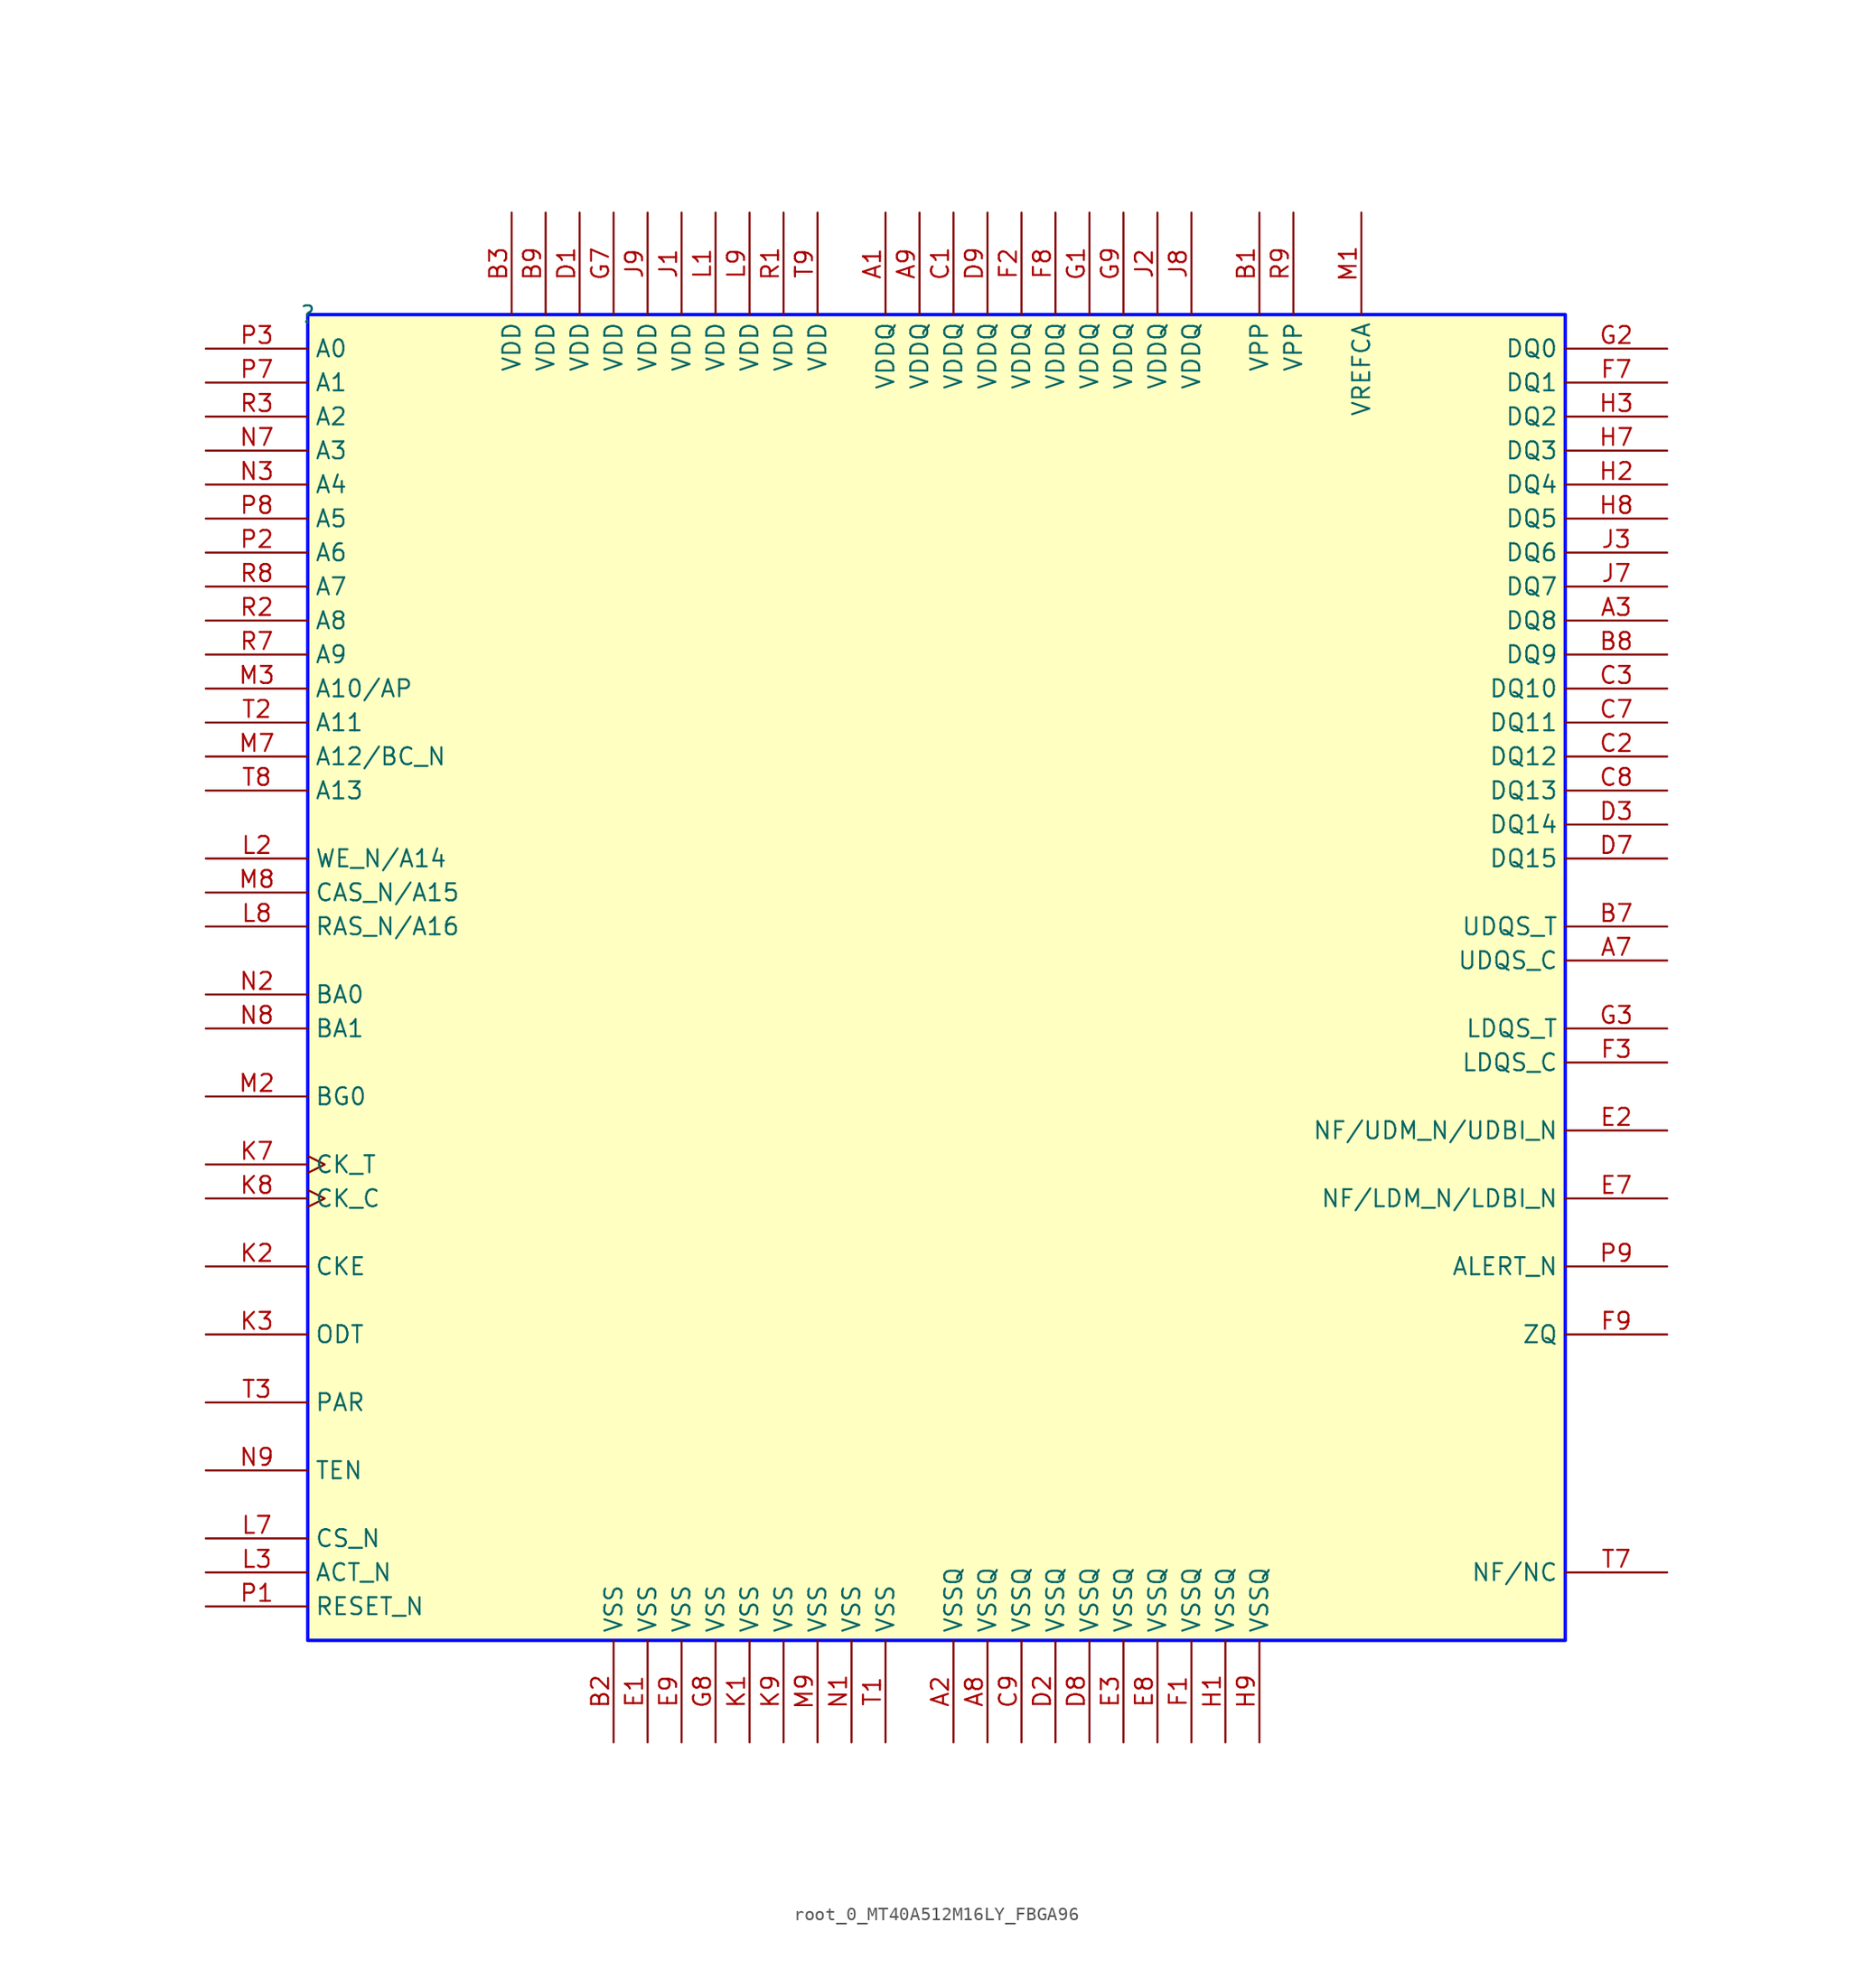
<source format=kicad_sym>
(kicad_symbol_lib
  (version 20231120)
  (generator "kicad_symbol_editor")
  (generator_version "8.0")
  (symbol "root_0_MT40A512M16LY_FBGA96"
    (property "Reference" ""
      (at 0 0 0)
      (effects (font (size 1.27 1.27))))
    (property "Value" ""
      (at 0 0 0)
      (effects (font (size 1.27 1.27))))
    (symbol "root_0_MT40A512M16LY_FBGA96_1_0"
      (rectangle (start 93.98 0) (end 0 -99.06) (stroke (width 0.254) (type solid) (color 0 11 255 1)) (fill (type background)))
      (pin power_in line (at 43.18 7.62 270) (length 7.62) (name "VDDQ" (effects (font (size 1.27 1.27)))) (number "A1" (effects (font (size 1.27 1.27)))))
      (pin power_in line (at 48.26 -106.68 90) (length 7.62) (name "VSSQ" (effects (font (size 1.27 1.27)))) (number "A2" (effects (font (size 1.27 1.27)))))
      (pin bidirectional line (at 101.6 -22.86 180) (length 7.62) (name "DQ8" (effects (font (size 1.27 1.27)))) (number "A3" (effects (font (size 1.27 1.27)))))
      (pin passive line (at 101.6 -48.26 180) (length 7.62) (name "UDQS_C" (effects (font (size 1.27 1.27)))) (number "A7" (effects (font (size 1.27 1.27)))))
      (pin power_in line (at 50.8 -106.68 90) (length 7.62) (name "VSSQ" (effects (font (size 1.27 1.27)))) (number "A8" (effects (font (size 1.27 1.27)))))
      (pin power_in line (at 45.72 7.62 270) (length 7.62) (name "VDDQ" (effects (font (size 1.27 1.27)))) (number "A9" (effects (font (size 1.27 1.27)))))
      (pin power_in line (at 71.12 7.62 270) (length 7.62) (name "VPP" (effects (font (size 1.27 1.27)))) (number "B1" (effects (font (size 1.27 1.27)))))
      (pin power_in line (at 22.86 -106.68 90) (length 7.62) (name "VSS" (effects (font (size 1.27 1.27)))) (number "B2" (effects (font (size 1.27 1.27)))))
      (pin power_in line (at 15.24 7.62 270) (length 7.62) (name "VDD" (effects (font (size 1.27 1.27)))) (number "B3" (effects (font (size 1.27 1.27)))))
      (pin passive line (at 101.6 -45.72 180) (length 7.62) (name "UDQS_T" (effects (font (size 1.27 1.27)))) (number "B7" (effects (font (size 1.27 1.27)))))
      (pin bidirectional line (at 101.6 -25.4 180) (length 7.62) (name "DQ9" (effects (font (size 1.27 1.27)))) (number "B8" (effects (font (size 1.27 1.27)))))
      (pin power_in line (at 17.78 7.62 270) (length 7.62) (name "VDD" (effects (font (size 1.27 1.27)))) (number "B9" (effects (font (size 1.27 1.27)))))
      (pin power_in line (at 48.26 7.62 270) (length 7.62) (name "VDDQ" (effects (font (size 1.27 1.27)))) (number "C1" (effects (font (size 1.27 1.27)))))
      (pin bidirectional line (at 101.6 -33.02 180) (length 7.62) (name "DQ12" (effects (font (size 1.27 1.27)))) (number "C2" (effects (font (size 1.27 1.27)))))
      (pin bidirectional line (at 101.6 -27.94 180) (length 7.62) (name "DQ10" (effects (font (size 1.27 1.27)))) (number "C3" (effects (font (size 1.27 1.27)))))
      (pin bidirectional line (at 101.6 -30.48 180) (length 7.62) (name "DQ11" (effects (font (size 1.27 1.27)))) (number "C7" (effects (font (size 1.27 1.27)))))
      (pin bidirectional line (at 101.6 -35.56 180) (length 7.62) (name "DQ13" (effects (font (size 1.27 1.27)))) (number "C8" (effects (font (size 1.27 1.27)))))
      (pin power_in line (at 53.34 -106.68 90) (length 7.62) (name "VSSQ" (effects (font (size 1.27 1.27)))) (number "C9" (effects (font (size 1.27 1.27)))))
      (pin power_in line (at 20.32 7.62 270) (length 7.62) (name "VDD" (effects (font (size 1.27 1.27)))) (number "D1" (effects (font (size 1.27 1.27)))))
      (pin power_in line (at 55.88 -106.68 90) (length 7.62) (name "VSSQ" (effects (font (size 1.27 1.27)))) (number "D2" (effects (font (size 1.27 1.27)))))
      (pin bidirectional line (at 101.6 -38.1 180) (length 7.62) (name "DQ14" (effects (font (size 1.27 1.27)))) (number "D3" (effects (font (size 1.27 1.27)))))
      (pin bidirectional line (at 101.6 -40.64 180) (length 7.62) (name "DQ15" (effects (font (size 1.27 1.27)))) (number "D7" (effects (font (size 1.27 1.27)))))
      (pin power_in line (at 58.42 -106.68 90) (length 7.62) (name "VSSQ" (effects (font (size 1.27 1.27)))) (number "D8" (effects (font (size 1.27 1.27)))))
      (pin power_in line (at 50.8 7.62 270) (length 7.62) (name "VDDQ" (effects (font (size 1.27 1.27)))) (number "D9" (effects (font (size 1.27 1.27)))))
      (pin power_in line (at 25.4 -106.68 90) (length 7.62) (name "VSS" (effects (font (size 1.27 1.27)))) (number "E1" (effects (font (size 1.27 1.27)))))
      (pin passive line (at 101.6 -60.96 180) (length 7.62) (name "NF/UDM_N/UDBI_N" (effects (font (size 1.27 1.27)))) (number "E2" (effects (font (size 1.27 1.27)))))
      (pin power_in line (at 60.96 -106.68 90) (length 7.62) (name "VSSQ" (effects (font (size 1.27 1.27)))) (number "E3" (effects (font (size 1.27 1.27)))))
      (pin passive line (at 101.6 -66.04 180) (length 7.62) (name "NF/LDM_N/LDBI_N" (effects (font (size 1.27 1.27)))) (number "E7" (effects (font (size 1.27 1.27)))))
      (pin power_in line (at 63.5 -106.68 90) (length 7.62) (name "VSSQ" (effects (font (size 1.27 1.27)))) (number "E8" (effects (font (size 1.27 1.27)))))
      (pin power_in line (at 27.94 -106.68 90) (length 7.62) (name "VSS" (effects (font (size 1.27 1.27)))) (number "E9" (effects (font (size 1.27 1.27)))))
      (pin power_in line (at 66.04 -106.68 90) (length 7.62) (name "VSSQ" (effects (font (size 1.27 1.27)))) (number "F1" (effects (font (size 1.27 1.27)))))
      (pin power_in line (at 53.34 7.62 270) (length 7.62) (name "VDDQ" (effects (font (size 1.27 1.27)))) (number "F2" (effects (font (size 1.27 1.27)))))
      (pin passive line (at 101.6 -55.88 180) (length 7.62) (name "LDQS_C" (effects (font (size 1.27 1.27)))) (number "F3" (effects (font (size 1.27 1.27)))))
      (pin bidirectional line (at 101.6 -5.08 180) (length 7.62) (name "DQ1" (effects (font (size 1.27 1.27)))) (number "F7" (effects (font (size 1.27 1.27)))))
      (pin power_in line (at 55.88 7.62 270) (length 7.62) (name "VDDQ" (effects (font (size 1.27 1.27)))) (number "F8" (effects (font (size 1.27 1.27)))))
      (pin passive line (at 101.6 -76.2 180) (length 7.62) (name "ZQ" (effects (font (size 1.27 1.27)))) (number "F9" (effects (font (size 1.27 1.27)))))
      (pin power_in line (at 58.42 7.62 270) (length 7.62) (name "VDDQ" (effects (font (size 1.27 1.27)))) (number "G1" (effects (font (size 1.27 1.27)))))
      (pin bidirectional line (at 101.6 -2.54 180) (length 7.62) (name "DQ0" (effects (font (size 1.27 1.27)))) (number "G2" (effects (font (size 1.27 1.27)))))
      (pin passive line (at 101.6 -53.34 180) (length 7.62) (name "LDQS_T" (effects (font (size 1.27 1.27)))) (number "G3" (effects (font (size 1.27 1.27)))))
      (pin power_in line (at 22.86 7.62 270) (length 7.62) (name "VDD" (effects (font (size 1.27 1.27)))) (number "G7" (effects (font (size 1.27 1.27)))))
      (pin power_in line (at 30.48 -106.68 90) (length 7.62) (name "VSS" (effects (font (size 1.27 1.27)))) (number "G8" (effects (font (size 1.27 1.27)))))
      (pin power_in line (at 60.96 7.62 270) (length 7.62) (name "VDDQ" (effects (font (size 1.27 1.27)))) (number "G9" (effects (font (size 1.27 1.27)))))
      (pin power_in line (at 68.58 -106.68 90) (length 7.62) (name "VSSQ" (effects (font (size 1.27 1.27)))) (number "H1" (effects (font (size 1.27 1.27)))))
      (pin bidirectional line (at 101.6 -12.7 180) (length 7.62) (name "DQ4" (effects (font (size 1.27 1.27)))) (number "H2" (effects (font (size 1.27 1.27)))))
      (pin bidirectional line (at 101.6 -7.62 180) (length 7.62) (name "DQ2" (effects (font (size 1.27 1.27)))) (number "H3" (effects (font (size 1.27 1.27)))))
      (pin bidirectional line (at 101.6 -10.16 180) (length 7.62) (name "DQ3" (effects (font (size 1.27 1.27)))) (number "H7" (effects (font (size 1.27 1.27)))))
      (pin bidirectional line (at 101.6 -15.24 180) (length 7.62) (name "DQ5" (effects (font (size 1.27 1.27)))) (number "H8" (effects (font (size 1.27 1.27)))))
      (pin power_in line (at 71.12 -106.68 90) (length 7.62) (name "VSSQ" (effects (font (size 1.27 1.27)))) (number "H9" (effects (font (size 1.27 1.27)))))
      (pin power_in line (at 27.94 7.62 270) (length 7.62) (name "VDD" (effects (font (size 1.27 1.27)))) (number "J1" (effects (font (size 1.27 1.27)))))
      (pin power_in line (at 63.5 7.62 270) (length 7.62) (name "VDDQ" (effects (font (size 1.27 1.27)))) (number "J2" (effects (font (size 1.27 1.27)))))
      (pin bidirectional line (at 101.6 -17.78 180) (length 7.62) (name "DQ6" (effects (font (size 1.27 1.27)))) (number "J3" (effects (font (size 1.27 1.27)))))
      (pin bidirectional line (at 101.6 -20.32 180) (length 7.62) (name "DQ7" (effects (font (size 1.27 1.27)))) (number "J7" (effects (font (size 1.27 1.27)))))
      (pin power_in line (at 66.04 7.62 270) (length 7.62) (name "VDDQ" (effects (font (size 1.27 1.27)))) (number "J8" (effects (font (size 1.27 1.27)))))
      (pin power_in line (at 25.4 7.62 270) (length 7.62) (name "VDD" (effects (font (size 1.27 1.27)))) (number "J9" (effects (font (size 1.27 1.27)))))
      (pin power_in line (at 33.02 -106.68 90) (length 7.62) (name "VSS" (effects (font (size 1.27 1.27)))) (number "K1" (effects (font (size 1.27 1.27)))))
      (pin passive line (at -7.62 -71.12 0) (length 7.62) (name "CKE" (effects (font (size 1.27 1.27)))) (number "K2" (effects (font (size 1.27 1.27)))))
      (pin passive line (at -7.62 -76.2 0) (length 7.62) (name "ODT" (effects (font (size 1.27 1.27)))) (number "K3" (effects (font (size 1.27 1.27)))))
      (pin input clock (at -7.62 -63.5 0) (length 7.62) (name "CK_T" (effects (font (size 1.27 1.27)))) (number "K7" (effects (font (size 1.27 1.27)))))
      (pin input clock (at -7.62 -66.04 0) (length 7.62) (name "CK_C" (effects (font (size 1.27 1.27)))) (number "K8" (effects (font (size 1.27 1.27)))))
      (pin power_in line (at 35.56 -106.68 90) (length 7.62) (name "VSS" (effects (font (size 1.27 1.27)))) (number "K9" (effects (font (size 1.27 1.27)))))
      (pin power_in line (at 30.48 7.62 270) (length 7.62) (name "VDD" (effects (font (size 1.27 1.27)))) (number "L1" (effects (font (size 1.27 1.27)))))
      (pin passive line (at -7.62 -40.64 0) (length 7.62) (name "WE_N/A14" (effects (font (size 1.27 1.27)))) (number "L2" (effects (font (size 1.27 1.27)))))
      (pin passive line (at -7.62 -93.98 0) (length 7.62) (name "ACT_N" (effects (font (size 1.27 1.27)))) (number "L3" (effects (font (size 1.27 1.27)))))
      (pin passive line (at -7.62 -91.44 0) (length 7.62) (name "CS_N" (effects (font (size 1.27 1.27)))) (number "L7" (effects (font (size 1.27 1.27)))))
      (pin passive line (at -7.62 -45.72 0) (length 7.62) (name "RAS_N/A16" (effects (font (size 1.27 1.27)))) (number "L8" (effects (font (size 1.27 1.27)))))
      (pin power_in line (at 33.02 7.62 270) (length 7.62) (name "VDD" (effects (font (size 1.27 1.27)))) (number "L9" (effects (font (size 1.27 1.27)))))
      (pin power_in line (at 78.74 7.62 270) (length 7.62) (name "VREFCA" (effects (font (size 1.27 1.27)))) (number "M1" (effects (font (size 1.27 1.27)))))
      (pin passive line (at -7.62 -58.42 0) (length 7.62) (name "BG0" (effects (font (size 1.27 1.27)))) (number "M2" (effects (font (size 1.27 1.27)))))
      (pin input line (at -7.62 -27.94 0) (length 7.62) (name "A10/AP" (effects (font (size 1.27 1.27)))) (number "M3" (effects (font (size 1.27 1.27)))))
      (pin input line (at -7.62 -33.02 0) (length 7.62) (name "A12/BC_N" (effects (font (size 1.27 1.27)))) (number "M7" (effects (font (size 1.27 1.27)))))
      (pin passive line (at -7.62 -43.18 0) (length 7.62) (name "CAS_N/A15" (effects (font (size 1.27 1.27)))) (number "M8" (effects (font (size 1.27 1.27)))))
      (pin power_in line (at 38.1 -106.68 90) (length 7.62) (name "VSS" (effects (font (size 1.27 1.27)))) (number "M9" (effects (font (size 1.27 1.27)))))
      (pin power_in line (at 40.64 -106.68 90) (length 7.62) (name "VSS" (effects (font (size 1.27 1.27)))) (number "N1" (effects (font (size 1.27 1.27)))))
      (pin passive line (at -7.62 -50.8 0) (length 7.62) (name "BA0" (effects (font (size 1.27 1.27)))) (number "N2" (effects (font (size 1.27 1.27)))))
      (pin input line (at -7.62 -12.7 0) (length 7.62) (name "A4" (effects (font (size 1.27 1.27)))) (number "N3" (effects (font (size 1.27 1.27)))))
      (pin input line (at -7.62 -10.16 0) (length 7.62) (name "A3" (effects (font (size 1.27 1.27)))) (number "N7" (effects (font (size 1.27 1.27)))))
      (pin passive line (at -7.62 -53.34 0) (length 7.62) (name "BA1" (effects (font (size 1.27 1.27)))) (number "N8" (effects (font (size 1.27 1.27)))))
      (pin passive line (at -7.62 -86.36 0) (length 7.62) (name "TEN" (effects (font (size 1.27 1.27)))) (number "N9" (effects (font (size 1.27 1.27)))))
      (pin passive line (at -7.62 -96.52 0) (length 7.62) (name "RESET_N" (effects (font (size 1.27 1.27)))) (number "P1" (effects (font (size 1.27 1.27)))))
      (pin input line (at -7.62 -17.78 0) (length 7.62) (name "A6" (effects (font (size 1.27 1.27)))) (number "P2" (effects (font (size 1.27 1.27)))))
      (pin input line (at -7.62 -2.54 0) (length 7.62) (name "A0" (effects (font (size 1.27 1.27)))) (number "P3" (effects (font (size 1.27 1.27)))))
      (pin input line (at -7.62 -5.08 0) (length 7.62) (name "A1" (effects (font (size 1.27 1.27)))) (number "P7" (effects (font (size 1.27 1.27)))))
      (pin input line (at -7.62 -15.24 0) (length 7.62) (name "A5" (effects (font (size 1.27 1.27)))) (number "P8" (effects (font (size 1.27 1.27)))))
      (pin passive line (at 101.6 -71.12 180) (length 7.62) (name "ALERT_N" (effects (font (size 1.27 1.27)))) (number "P9" (effects (font (size 1.27 1.27)))))
      (pin power_in line (at 35.56 7.62 270) (length 7.62) (name "VDD" (effects (font (size 1.27 1.27)))) (number "R1" (effects (font (size 1.27 1.27)))))
      (pin input line (at -7.62 -22.86 0) (length 7.62) (name "A8" (effects (font (size 1.27 1.27)))) (number "R2" (effects (font (size 1.27 1.27)))))
      (pin input line (at -7.62 -7.62 0) (length 7.62) (name "A2" (effects (font (size 1.27 1.27)))) (number "R3" (effects (font (size 1.27 1.27)))))
      (pin input line (at -7.62 -25.4 0) (length 7.62) (name "A9" (effects (font (size 1.27 1.27)))) (number "R7" (effects (font (size 1.27 1.27)))))
      (pin input line (at -7.62 -20.32 0) (length 7.62) (name "A7" (effects (font (size 1.27 1.27)))) (number "R8" (effects (font (size 1.27 1.27)))))
      (pin power_in line (at 73.66 7.62 270) (length 7.62) (name "VPP" (effects (font (size 1.27 1.27)))) (number "R9" (effects (font (size 1.27 1.27)))))
      (pin power_in line (at 43.18 -106.68 90) (length 7.62) (name "VSS" (effects (font (size 1.27 1.27)))) (number "T1" (effects (font (size 1.27 1.27)))))
      (pin input line (at -7.62 -30.48 0) (length 7.62) (name "A11" (effects (font (size 1.27 1.27)))) (number "T2" (effects (font (size 1.27 1.27)))))
      (pin passive line (at -7.62 -81.28 0) (length 7.62) (name "PAR" (effects (font (size 1.27 1.27)))) (number "T3" (effects (font (size 1.27 1.27)))))
      (pin passive line (at 101.6 -93.98 180) (length 7.62) (name "NF/NC" (effects (font (size 1.27 1.27)))) (number "T7" (effects (font (size 1.27 1.27)))))
      (pin input line (at -7.62 -35.56 0) (length 7.62) (name "A13" (effects (font (size 1.27 1.27)))) (number "T8" (effects (font (size 1.27 1.27)))))
      (pin power_in line (at 38.1 7.62 270) (length 7.62) (name "VDD" (effects (font (size 1.27 1.27)))) (number "T9" (effects (font (size 1.27 1.27))))))))
</source>
